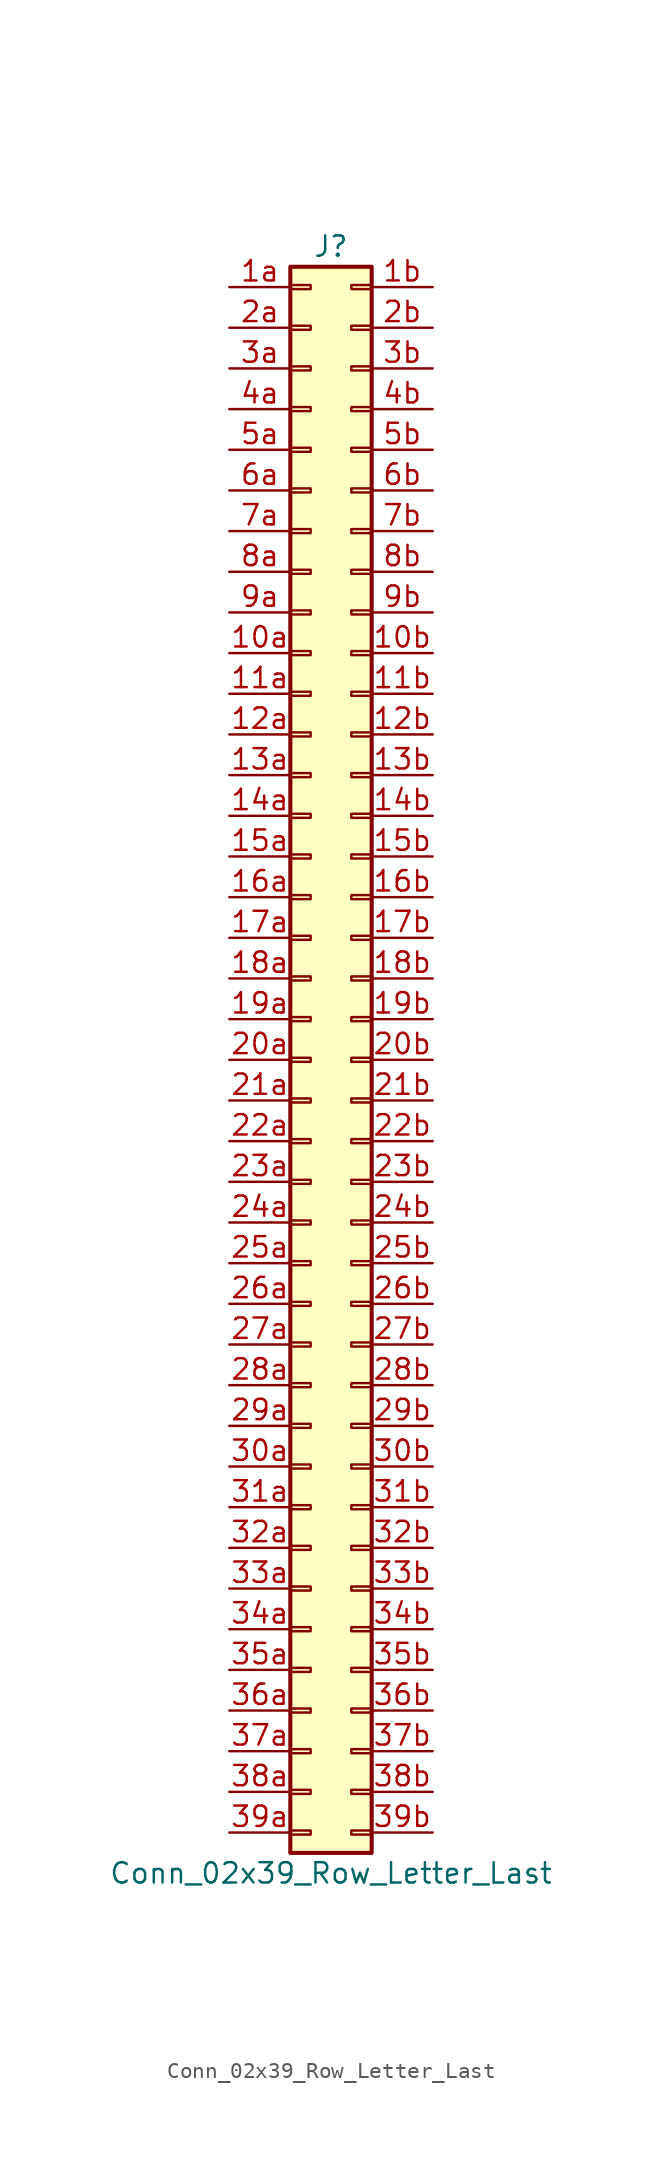
<source format=kicad_sym>
(kicad_symbol_lib
  (version 20220914)
  (generator kicad_symbol_editor)
  (symbol "Conn_02x39_Row_Letter_Last"
    (pin_names
      (offset 1.016) hide)
    (property "Reference" "J"
      (at 1.27 50.8 0)
      (effects (font (size 1.27 1.27))))
    (property "Value" "Conn_02x39_Row_Letter_Last"
      (at 1.27 -50.8 0)
      (effects (font (size 1.27 1.27))))
    (symbol "Conn_02x39_Row_Letter_Last_1_1"
      (rectangle (start -1.27 -48.133) (end 0 -48.387) (stroke (width 0.152) (type default)) (fill (type none)))
      (rectangle (start -1.27 -45.593) (end 0 -45.847) (stroke (width 0.152) (type default)) (fill (type none)))
      (rectangle (start -1.27 -43.053) (end 0 -43.307) (stroke (width 0.152) (type default)) (fill (type none)))
      (rectangle (start -1.27 -40.513) (end 0 -40.767) (stroke (width 0.152) (type default)) (fill (type none)))
      (rectangle (start -1.27 -37.973) (end 0 -38.227) (stroke (width 0.152) (type default)) (fill (type none)))
      (rectangle (start -1.27 -35.433) (end 0 -35.687) (stroke (width 0.152) (type default)) (fill (type none)))
      (rectangle (start -1.27 -32.893) (end 0 -33.147) (stroke (width 0.152) (type default)) (fill (type none)))
      (rectangle (start -1.27 -30.353) (end 0 -30.607) (stroke (width 0.152) (type default)) (fill (type none)))
      (rectangle (start -1.27 -27.813) (end 0 -28.067) (stroke (width 0.152) (type default)) (fill (type none)))
      (rectangle (start -1.27 -25.273) (end 0 -25.527) (stroke (width 0.152) (type default)) (fill (type none)))
      (rectangle (start -1.27 -22.733) (end 0 -22.987) (stroke (width 0.152) (type default)) (fill (type none)))
      (rectangle (start -1.27 -20.193) (end 0 -20.447) (stroke (width 0.152) (type default)) (fill (type none)))
      (rectangle (start -1.27 -17.653) (end 0 -17.907) (stroke (width 0.152) (type default)) (fill (type none)))
      (rectangle (start -1.27 -15.113) (end 0 -15.367) (stroke (width 0.152) (type default)) (fill (type none)))
      (rectangle (start -1.27 -12.573) (end 0 -12.827) (stroke (width 0.152) (type default)) (fill (type none)))
      (rectangle (start -1.27 -10.033) (end 0 -10.287) (stroke (width 0.152) (type default)) (fill (type none)))
      (rectangle (start -1.27 -7.493) (end 0 -7.747) (stroke (width 0.152) (type default)) (fill (type none)))
      (rectangle (start -1.27 -4.953) (end 0 -5.207) (stroke (width 0.152) (type default)) (fill (type none)))
      (rectangle (start -1.27 -2.413) (end 0 -2.667) (stroke (width 0.152) (type default)) (fill (type none)))
      (rectangle (start -1.27 0.127) (end 0 -0.127) (stroke (width 0.152) (type default)) (fill (type none)))
      (rectangle (start -1.27 2.667) (end 0 2.413) (stroke (width 0.152) (type default)) (fill (type none)))
      (rectangle (start -1.27 5.207) (end 0 4.953) (stroke (width 0.152) (type default)) (fill (type none)))
      (rectangle (start -1.27 7.747) (end 0 7.493) (stroke (width 0.152) (type default)) (fill (type none)))
      (rectangle (start -1.27 10.287) (end 0 10.033) (stroke (width 0.152) (type default)) (fill (type none)))
      (rectangle (start -1.27 12.827) (end 0 12.573) (stroke (width 0.152) (type default)) (fill (type none)))
      (rectangle (start -1.27 15.367) (end 0 15.113) (stroke (width 0.152) (type default)) (fill (type none)))
      (rectangle (start -1.27 17.907) (end 0 17.653) (stroke (width 0.152) (type default)) (fill (type none)))
      (rectangle (start -1.27 20.447) (end 0 20.193) (stroke (width 0.152) (type default)) (fill (type none)))
      (rectangle (start -1.27 22.987) (end 0 22.733) (stroke (width 0.152) (type default)) (fill (type none)))
      (rectangle (start -1.27 25.527) (end 0 25.273) (stroke (width 0.152) (type default)) (fill (type none)))
      (rectangle (start -1.27 28.067) (end 0 27.813) (stroke (width 0.152) (type default)) (fill (type none)))
      (rectangle (start -1.27 30.607) (end 0 30.353) (stroke (width 0.152) (type default)) (fill (type none)))
      (rectangle (start -1.27 33.147) (end 0 32.893) (stroke (width 0.152) (type default)) (fill (type none)))
      (rectangle (start -1.27 35.687) (end 0 35.433) (stroke (width 0.152) (type default)) (fill (type none)))
      (rectangle (start -1.27 38.227) (end 0 37.973) (stroke (width 0.152) (type default)) (fill (type none)))
      (rectangle (start -1.27 40.767) (end 0 40.513) (stroke (width 0.152) (type default)) (fill (type none)))
      (rectangle (start -1.27 43.307) (end 0 43.053) (stroke (width 0.152) (type default)) (fill (type none)))
      (rectangle (start -1.27 45.847) (end 0 45.593) (stroke (width 0.152) (type default)) (fill (type none)))
      (rectangle (start -1.27 48.387) (end 0 48.133) (stroke (width 0.152) (type default)) (fill (type none)))
      (rectangle (start -1.27 49.53) (end 3.81 -49.53) (stroke (width 0.254) (type default)) (fill (type background)))
      (rectangle (start 3.81 -48.133) (end 2.54 -48.387) (stroke (width 0.152) (type default)) (fill (type none)))
      (rectangle (start 3.81 -45.593) (end 2.54 -45.847) (stroke (width 0.152) (type default)) (fill (type none)))
      (rectangle (start 3.81 -43.053) (end 2.54 -43.307) (stroke (width 0.152) (type default)) (fill (type none)))
      (rectangle (start 3.81 -40.513) (end 2.54 -40.767) (stroke (width 0.152) (type default)) (fill (type none)))
      (rectangle (start 3.81 -37.973) (end 2.54 -38.227) (stroke (width 0.152) (type default)) (fill (type none)))
      (rectangle (start 3.81 -35.433) (end 2.54 -35.687) (stroke (width 0.152) (type default)) (fill (type none)))
      (rectangle (start 3.81 -32.893) (end 2.54 -33.147) (stroke (width 0.152) (type default)) (fill (type none)))
      (rectangle (start 3.81 -30.353) (end 2.54 -30.607) (stroke (width 0.152) (type default)) (fill (type none)))
      (rectangle (start 3.81 -27.813) (end 2.54 -28.067) (stroke (width 0.152) (type default)) (fill (type none)))
      (rectangle (start 3.81 -25.273) (end 2.54 -25.527) (stroke (width 0.152) (type default)) (fill (type none)))
      (rectangle (start 3.81 -22.733) (end 2.54 -22.987) (stroke (width 0.152) (type default)) (fill (type none)))
      (rectangle (start 3.81 -20.193) (end 2.54 -20.447) (stroke (width 0.152) (type default)) (fill (type none)))
      (rectangle (start 3.81 -17.653) (end 2.54 -17.907) (stroke (width 0.152) (type default)) (fill (type none)))
      (rectangle (start 3.81 -15.113) (end 2.54 -15.367) (stroke (width 0.152) (type default)) (fill (type none)))
      (rectangle (start 3.81 -12.573) (end 2.54 -12.827) (stroke (width 0.152) (type default)) (fill (type none)))
      (rectangle (start 3.81 -10.033) (end 2.54 -10.287) (stroke (width 0.152) (type default)) (fill (type none)))
      (rectangle (start 3.81 -7.493) (end 2.54 -7.747) (stroke (width 0.152) (type default)) (fill (type none)))
      (rectangle (start 3.81 -4.953) (end 2.54 -5.207) (stroke (width 0.152) (type default)) (fill (type none)))
      (rectangle (start 3.81 -2.413) (end 2.54 -2.667) (stroke (width 0.152) (type default)) (fill (type none)))
      (rectangle (start 3.81 0.127) (end 2.54 -0.127) (stroke (width 0.152) (type default)) (fill (type none)))
      (rectangle (start 3.81 2.667) (end 2.54 2.413) (stroke (width 0.152) (type default)) (fill (type none)))
      (rectangle (start 3.81 5.207) (end 2.54 4.953) (stroke (width 0.152) (type default)) (fill (type none)))
      (rectangle (start 3.81 7.747) (end 2.54 7.493) (stroke (width 0.152) (type default)) (fill (type none)))
      (rectangle (start 3.81 10.287) (end 2.54 10.033) (stroke (width 0.152) (type default)) (fill (type none)))
      (rectangle (start 3.81 12.827) (end 2.54 12.573) (stroke (width 0.152) (type default)) (fill (type none)))
      (rectangle (start 3.81 15.367) (end 2.54 15.113) (stroke (width 0.152) (type default)) (fill (type none)))
      (rectangle (start 3.81 17.907) (end 2.54 17.653) (stroke (width 0.152) (type default)) (fill (type none)))
      (rectangle (start 3.81 20.447) (end 2.54 20.193) (stroke (width 0.152) (type default)) (fill (type none)))
      (rectangle (start 3.81 22.987) (end 2.54 22.733) (stroke (width 0.152) (type default)) (fill (type none)))
      (rectangle (start 3.81 25.527) (end 2.54 25.273) (stroke (width 0.152) (type default)) (fill (type none)))
      (rectangle (start 3.81 28.067) (end 2.54 27.813) (stroke (width 0.152) (type default)) (fill (type none)))
      (rectangle (start 3.81 30.607) (end 2.54 30.353) (stroke (width 0.152) (type default)) (fill (type none)))
      (rectangle (start 3.81 33.147) (end 2.54 32.893) (stroke (width 0.152) (type default)) (fill (type none)))
      (rectangle (start 3.81 35.687) (end 2.54 35.433) (stroke (width 0.152) (type default)) (fill (type none)))
      (rectangle (start 3.81 38.227) (end 2.54 37.973) (stroke (width 0.152) (type default)) (fill (type none)))
      (rectangle (start 3.81 40.767) (end 2.54 40.513) (stroke (width 0.152) (type default)) (fill (type none)))
      (rectangle (start 3.81 43.307) (end 2.54 43.053) (stroke (width 0.152) (type default)) (fill (type none)))
      (rectangle (start 3.81 45.847) (end 2.54 45.593) (stroke (width 0.152) (type default)) (fill (type none)))
      (rectangle (start 3.81 48.387) (end 2.54 48.133) (stroke (width 0.152) (type default)) (fill (type none)))
      (pin passive line (at -5.08 25.4 0) (length 3.81) (name "Pin_10a" (effects (font (size 1.27 1.27)))) (number "10a" (effects (font (size 1.27 1.27)))))
      (pin passive line (at 7.62 25.4 180) (length 3.81) (name "Pin_10b" (effects (font (size 1.27 1.27)))) (number "10b" (effects (font (size 1.27 1.27)))))
      (pin passive line (at -5.08 22.86 0) (length 3.81) (name "Pin_11a" (effects (font (size 1.27 1.27)))) (number "11a" (effects (font (size 1.27 1.27)))))
      (pin passive line (at 7.62 22.86 180) (length 3.81) (name "Pin_11b" (effects (font (size 1.27 1.27)))) (number "11b" (effects (font (size 1.27 1.27)))))
      (pin passive line (at -5.08 20.32 0) (length 3.81) (name "Pin_12a" (effects (font (size 1.27 1.27)))) (number "12a" (effects (font (size 1.27 1.27)))))
      (pin passive line (at 7.62 20.32 180) (length 3.81) (name "Pin_12b" (effects (font (size 1.27 1.27)))) (number "12b" (effects (font (size 1.27 1.27)))))
      (pin passive line (at -5.08 17.78 0) (length 3.81) (name "Pin_13a" (effects (font (size 1.27 1.27)))) (number "13a" (effects (font (size 1.27 1.27)))))
      (pin passive line (at 7.62 17.78 180) (length 3.81) (name "Pin_13b" (effects (font (size 1.27 1.27)))) (number "13b" (effects (font (size 1.27 1.27)))))
      (pin passive line (at -5.08 15.24 0) (length 3.81) (name "Pin_14a" (effects (font (size 1.27 1.27)))) (number "14a" (effects (font (size 1.27 1.27)))))
      (pin passive line (at 7.62 15.24 180) (length 3.81) (name "Pin_14b" (effects (font (size 1.27 1.27)))) (number "14b" (effects (font (size 1.27 1.27)))))
      (pin passive line (at -5.08 12.7 0) (length 3.81) (name "Pin_15a" (effects (font (size 1.27 1.27)))) (number "15a" (effects (font (size 1.27 1.27)))))
      (pin passive line (at 7.62 12.7 180) (length 3.81) (name "Pin_15b" (effects (font (size 1.27 1.27)))) (number "15b" (effects (font (size 1.27 1.27)))))
      (pin passive line (at -5.08 10.16 0) (length 3.81) (name "Pin_16a" (effects (font (size 1.27 1.27)))) (number "16a" (effects (font (size 1.27 1.27)))))
      (pin passive line (at 7.62 10.16 180) (length 3.81) (name "Pin_16b" (effects (font (size 1.27 1.27)))) (number "16b" (effects (font (size 1.27 1.27)))))
      (pin passive line (at -5.08 7.62 0) (length 3.81) (name "Pin_17a" (effects (font (size 1.27 1.27)))) (number "17a" (effects (font (size 1.27 1.27)))))
      (pin passive line (at 7.62 7.62 180) (length 3.81) (name "Pin_17b" (effects (font (size 1.27 1.27)))) (number "17b" (effects (font (size 1.27 1.27)))))
      (pin passive line (at -5.08 5.08 0) (length 3.81) (name "Pin_18a" (effects (font (size 1.27 1.27)))) (number "18a" (effects (font (size 1.27 1.27)))))
      (pin passive line (at 7.62 5.08 180) (length 3.81) (name "Pin_18b" (effects (font (size 1.27 1.27)))) (number "18b" (effects (font (size 1.27 1.27)))))
      (pin passive line (at -5.08 2.54 0) (length 3.81) (name "Pin_19a" (effects (font (size 1.27 1.27)))) (number "19a" (effects (font (size 1.27 1.27)))))
      (pin passive line (at 7.62 2.54 180) (length 3.81) (name "Pin_19b" (effects (font (size 1.27 1.27)))) (number "19b" (effects (font (size 1.27 1.27)))))
      (pin passive line (at -5.08 48.26 0) (length 3.81) (name "Pin_1a" (effects (font (size 1.27 1.27)))) (number "1a" (effects (font (size 1.27 1.27)))))
      (pin passive line (at 7.62 48.26 180) (length 3.81) (name "Pin_1b" (effects (font (size 1.27 1.27)))) (number "1b" (effects (font (size 1.27 1.27)))))
      (pin passive line (at -5.08 0 0) (length 3.81) (name "Pin_20a" (effects (font (size 1.27 1.27)))) (number "20a" (effects (font (size 1.27 1.27)))))
      (pin passive line (at 7.62 0 180) (length 3.81) (name "Pin_20b" (effects (font (size 1.27 1.27)))) (number "20b" (effects (font (size 1.27 1.27)))))
      (pin passive line (at -5.08 -2.54 0) (length 3.81) (name "Pin_21a" (effects (font (size 1.27 1.27)))) (number "21a" (effects (font (size 1.27 1.27)))))
      (pin passive line (at 7.62 -2.54 180) (length 3.81) (name "Pin_21b" (effects (font (size 1.27 1.27)))) (number "21b" (effects (font (size 1.27 1.27)))))
      (pin passive line (at -5.08 -5.08 0) (length 3.81) (name "Pin_22a" (effects (font (size 1.27 1.27)))) (number "22a" (effects (font (size 1.27 1.27)))))
      (pin passive line (at 7.62 -5.08 180) (length 3.81) (name "Pin_22b" (effects (font (size 1.27 1.27)))) (number "22b" (effects (font (size 1.27 1.27)))))
      (pin passive line (at -5.08 -7.62 0) (length 3.81) (name "Pin_23a" (effects (font (size 1.27 1.27)))) (number "23a" (effects (font (size 1.27 1.27)))))
      (pin passive line (at 7.62 -7.62 180) (length 3.81) (name "Pin_23b" (effects (font (size 1.27 1.27)))) (number "23b" (effects (font (size 1.27 1.27)))))
      (pin passive line (at -5.08 -10.16 0) (length 3.81) (name "Pin_24a" (effects (font (size 1.27 1.27)))) (number "24a" (effects (font (size 1.27 1.27)))))
      (pin passive line (at 7.62 -10.16 180) (length 3.81) (name "Pin_24b" (effects (font (size 1.27 1.27)))) (number "24b" (effects (font (size 1.27 1.27)))))
      (pin passive line (at -5.08 -12.7 0) (length 3.81) (name "Pin_25a" (effects (font (size 1.27 1.27)))) (number "25a" (effects (font (size 1.27 1.27)))))
      (pin passive line (at 7.62 -12.7 180) (length 3.81) (name "Pin_25b" (effects (font (size 1.27 1.27)))) (number "25b" (effects (font (size 1.27 1.27)))))
      (pin passive line (at -5.08 -15.24 0) (length 3.81) (name "Pin_26a" (effects (font (size 1.27 1.27)))) (number "26a" (effects (font (size 1.27 1.27)))))
      (pin passive line (at 7.62 -15.24 180) (length 3.81) (name "Pin_26b" (effects (font (size 1.27 1.27)))) (number "26b" (effects (font (size 1.27 1.27)))))
      (pin passive line (at -5.08 -17.78 0) (length 3.81) (name "Pin_27a" (effects (font (size 1.27 1.27)))) (number "27a" (effects (font (size 1.27 1.27)))))
      (pin passive line (at 7.62 -17.78 180) (length 3.81) (name "Pin_27b" (effects (font (size 1.27 1.27)))) (number "27b" (effects (font (size 1.27 1.27)))))
      (pin passive line (at -5.08 -20.32 0) (length 3.81) (name "Pin_28a" (effects (font (size 1.27 1.27)))) (number "28a" (effects (font (size 1.27 1.27)))))
      (pin passive line (at 7.62 -20.32 180) (length 3.81) (name "Pin_28b" (effects (font (size 1.27 1.27)))) (number "28b" (effects (font (size 1.27 1.27)))))
      (pin passive line (at -5.08 -22.86 0) (length 3.81) (name "Pin_29a" (effects (font (size 1.27 1.27)))) (number "29a" (effects (font (size 1.27 1.27)))))
      (pin passive line (at 7.62 -22.86 180) (length 3.81) (name "Pin_29b" (effects (font (size 1.27 1.27)))) (number "29b" (effects (font (size 1.27 1.27)))))
      (pin passive line (at -5.08 45.72 0) (length 3.81) (name "Pin_2a" (effects (font (size 1.27 1.27)))) (number "2a" (effects (font (size 1.27 1.27)))))
      (pin passive line (at 7.62 45.72 180) (length 3.81) (name "Pin_2b" (effects (font (size 1.27 1.27)))) (number "2b" (effects (font (size 1.27 1.27)))))
      (pin passive line (at -5.08 -25.4 0) (length 3.81) (name "Pin_30a" (effects (font (size 1.27 1.27)))) (number "30a" (effects (font (size 1.27 1.27)))))
      (pin passive line (at 7.62 -25.4 180) (length 3.81) (name "Pin_30b" (effects (font (size 1.27 1.27)))) (number "30b" (effects (font (size 1.27 1.27)))))
      (pin passive line (at -5.08 -27.94 0) (length 3.81) (name "Pin_31a" (effects (font (size 1.27 1.27)))) (number "31a" (effects (font (size 1.27 1.27)))))
      (pin passive line (at 7.62 -27.94 180) (length 3.81) (name "Pin_31b" (effects (font (size 1.27 1.27)))) (number "31b" (effects (font (size 1.27 1.27)))))
      (pin passive line (at -5.08 -30.48 0) (length 3.81) (name "Pin_32a" (effects (font (size 1.27 1.27)))) (number "32a" (effects (font (size 1.27 1.27)))))
      (pin passive line (at 7.62 -30.48 180) (length 3.81) (name "Pin_32b" (effects (font (size 1.27 1.27)))) (number "32b" (effects (font (size 1.27 1.27)))))
      (pin passive line (at -5.08 -33.02 0) (length 3.81) (name "Pin_33a" (effects (font (size 1.27 1.27)))) (number "33a" (effects (font (size 1.27 1.27)))))
      (pin passive line (at 7.62 -33.02 180) (length 3.81) (name "Pin_33b" (effects (font (size 1.27 1.27)))) (number "33b" (effects (font (size 1.27 1.27)))))
      (pin passive line (at -5.08 -35.56 0) (length 3.81) (name "Pin_34a" (effects (font (size 1.27 1.27)))) (number "34a" (effects (font (size 1.27 1.27)))))
      (pin passive line (at 7.62 -35.56 180) (length 3.81) (name "Pin_34b" (effects (font (size 1.27 1.27)))) (number "34b" (effects (font (size 1.27 1.27)))))
      (pin passive line (at -5.08 -38.1 0) (length 3.81) (name "Pin_35a" (effects (font (size 1.27 1.27)))) (number "35a" (effects (font (size 1.27 1.27)))))
      (pin passive line (at 7.62 -38.1 180) (length 3.81) (name "Pin_35b" (effects (font (size 1.27 1.27)))) (number "35b" (effects (font (size 1.27 1.27)))))
      (pin passive line (at -5.08 -40.64 0) (length 3.81) (name "Pin_36a" (effects (font (size 1.27 1.27)))) (number "36a" (effects (font (size 1.27 1.27)))))
      (pin passive line (at 7.62 -40.64 180) (length 3.81) (name "Pin_36b" (effects (font (size 1.27 1.27)))) (number "36b" (effects (font (size 1.27 1.27)))))
      (pin passive line (at -5.08 -43.18 0) (length 3.81) (name "Pin_37a" (effects (font (size 1.27 1.27)))) (number "37a" (effects (font (size 1.27 1.27)))))
      (pin passive line (at 7.62 -43.18 180) (length 3.81) (name "Pin_37b" (effects (font (size 1.27 1.27)))) (number "37b" (effects (font (size 1.27 1.27)))))
      (pin passive line (at -5.08 -45.72 0) (length 3.81) (name "Pin_38a" (effects (font (size 1.27 1.27)))) (number "38a" (effects (font (size 1.27 1.27)))))
      (pin passive line (at 7.62 -45.72 180) (length 3.81) (name "Pin_38b" (effects (font (size 1.27 1.27)))) (number "38b" (effects (font (size 1.27 1.27)))))
      (pin passive line (at -5.08 -48.26 0) (length 3.81) (name "Pin_39a" (effects (font (size 1.27 1.27)))) (number "39a" (effects (font (size 1.27 1.27)))))
      (pin passive line (at 7.62 -48.26 180) (length 3.81) (name "Pin_39b" (effects (font (size 1.27 1.27)))) (number "39b" (effects (font (size 1.27 1.27)))))
      (pin passive line (at -5.08 43.18 0) (length 3.81) (name "Pin_3a" (effects (font (size 1.27 1.27)))) (number "3a" (effects (font (size 1.27 1.27)))))
      (pin passive line (at 7.62 43.18 180) (length 3.81) (name "Pin_3b" (effects (font (size 1.27 1.27)))) (number "3b" (effects (font (size 1.27 1.27)))))
      (pin passive line (at -5.08 40.64 0) (length 3.81) (name "Pin_4a" (effects (font (size 1.27 1.27)))) (number "4a" (effects (font (size 1.27 1.27)))))
      (pin passive line (at 7.62 40.64 180) (length 3.81) (name "Pin_4b" (effects (font (size 1.27 1.27)))) (number "4b" (effects (font (size 1.27 1.27)))))
      (pin passive line (at -5.08 38.1 0) (length 3.81) (name "Pin_5a" (effects (font (size 1.27 1.27)))) (number "5a" (effects (font (size 1.27 1.27)))))
      (pin passive line (at 7.62 38.1 180) (length 3.81) (name "Pin_5b" (effects (font (size 1.27 1.27)))) (number "5b" (effects (font (size 1.27 1.27)))))
      (pin passive line (at -5.08 35.56 0) (length 3.81) (name "Pin_6a" (effects (font (size 1.27 1.27)))) (number "6a" (effects (font (size 1.27 1.27)))))
      (pin passive line (at 7.62 35.56 180) (length 3.81) (name "Pin_6b" (effects (font (size 1.27 1.27)))) (number "6b" (effects (font (size 1.27 1.27)))))
      (pin passive line (at -5.08 33.02 0) (length 3.81) (name "Pin_7a" (effects (font (size 1.27 1.27)))) (number "7a" (effects (font (size 1.27 1.27)))))
      (pin passive line (at 7.62 33.02 180) (length 3.81) (name "Pin_7b" (effects (font (size 1.27 1.27)))) (number "7b" (effects (font (size 1.27 1.27)))))
      (pin passive line (at -5.08 30.48 0) (length 3.81) (name "Pin_8a" (effects (font (size 1.27 1.27)))) (number "8a" (effects (font (size 1.27 1.27)))))
      (pin passive line (at 7.62 30.48 180) (length 3.81) (name "Pin_8b" (effects (font (size 1.27 1.27)))) (number "8b" (effects (font (size 1.27 1.27)))))
      (pin passive line (at -5.08 27.94 0) (length 3.81) (name "Pin_9a" (effects (font (size 1.27 1.27)))) (number "9a" (effects (font (size 1.27 1.27)))))
      (pin passive line (at 7.62 27.94 180) (length 3.81) (name "Pin_9b" (effects (font (size 1.27 1.27)))) (number "9b" (effects (font (size 1.27 1.27))))))))
</source>
